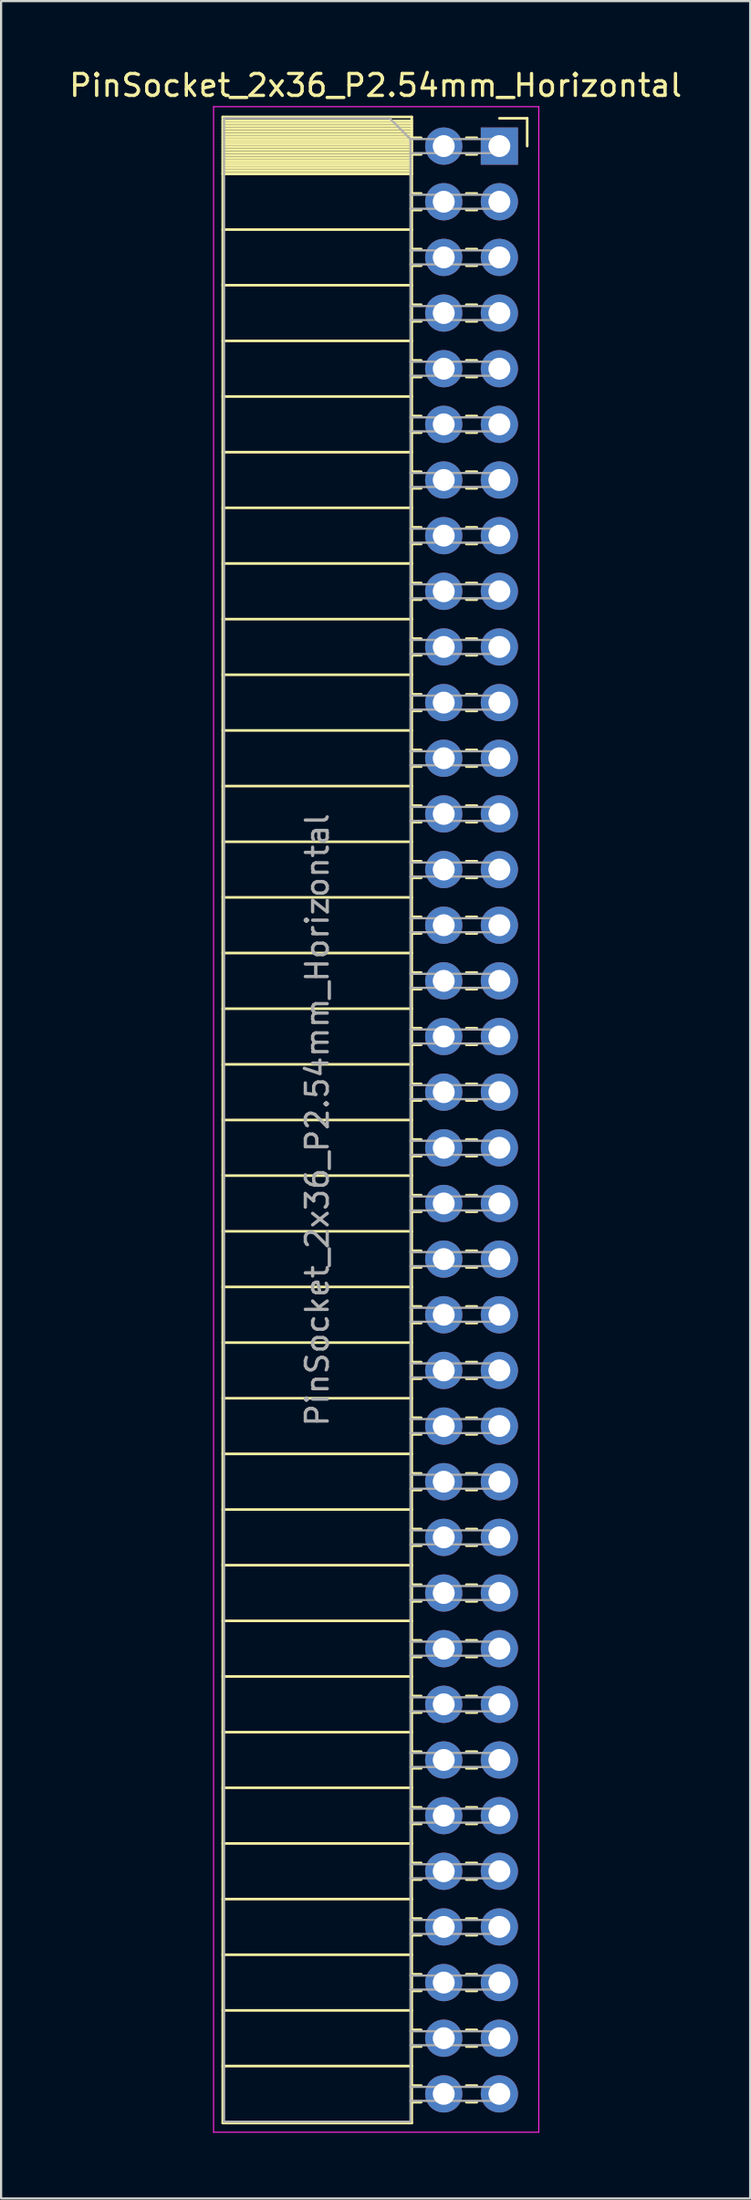
<source format=kicad_pcb>
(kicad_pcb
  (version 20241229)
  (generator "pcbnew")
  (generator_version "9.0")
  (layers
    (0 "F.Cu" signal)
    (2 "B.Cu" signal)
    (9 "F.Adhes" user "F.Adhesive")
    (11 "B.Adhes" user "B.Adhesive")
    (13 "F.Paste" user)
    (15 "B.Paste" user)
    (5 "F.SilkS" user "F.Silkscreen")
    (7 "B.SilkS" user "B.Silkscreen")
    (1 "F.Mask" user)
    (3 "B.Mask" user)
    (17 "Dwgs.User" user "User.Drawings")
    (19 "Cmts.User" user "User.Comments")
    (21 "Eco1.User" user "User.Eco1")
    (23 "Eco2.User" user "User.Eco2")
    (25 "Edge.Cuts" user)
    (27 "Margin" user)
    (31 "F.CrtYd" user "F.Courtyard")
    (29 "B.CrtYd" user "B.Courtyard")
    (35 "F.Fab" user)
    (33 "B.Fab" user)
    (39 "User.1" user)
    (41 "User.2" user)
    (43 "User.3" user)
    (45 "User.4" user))
  (footprint "PinSocket_2x36_P2.54mm_Horizontal"
    (layer "F.Cu")
    (at 19.751 3.618)
    (property "Reference" "PinSocket_2x36_P2.54mm_Horizontal" (at -5.65 -2.77 0) (layer "F.SilkS") (effects (font (size 1 1) (thickness 0.15))))
    (attr through_hole)
    (fp_line (start -12.63 -1.33) (end -4 -1.33) (stroke (width 0.12) (type solid)) (layer "F.SilkS"))
    (fp_line (start -12.63 -1.15) (end -4 -1.15) (stroke (width 0.12) (type solid)) (layer "F.SilkS"))
    (fp_line (start -12.63 -1.03) (end -4 -1.03) (stroke (width 0.12) (type solid)) (layer "F.SilkS"))
    (fp_line (start -12.63 -0.91) (end -4 -0.91) (stroke (width 0.12) (type solid)) (layer "F.SilkS"))
    (fp_line (start -12.63 -0.79) (end -4 -0.79) (stroke (width 0.12) (type solid)) (layer "F.SilkS"))
    (fp_line (start -12.63 -0.67) (end -4 -0.67) (stroke (width 0.12) (type solid)) (layer "F.SilkS"))
    (fp_line (start -12.63 -0.55) (end -4 -0.55) (stroke (width 0.12) (type solid)) (layer "F.SilkS"))
    (fp_line (start -12.63 -0.43) (end -4 -0.43) (stroke (width 0.12) (type solid)) (layer "F.SilkS"))
    (fp_line (start -12.63 -0.31) (end -4 -0.31) (stroke (width 0.12) (type solid)) (layer "F.SilkS"))
    (fp_line (start -12.63 -0.19) (end -4 -0.19) (stroke (width 0.12) (type solid)) (layer "F.SilkS"))
    (fp_line (start -12.63 -0.07) (end -4 -0.07) (stroke (width 0.12) (type solid)) (layer "F.SilkS"))
    (fp_line (start -12.63 0.05) (end -4 0.05) (stroke (width 0.12) (type solid)) (layer "F.SilkS"))
    (fp_line (start -12.63 0.17) (end -4 0.17) (stroke (width 0.12) (type solid)) (layer "F.SilkS"))
    (fp_line (start -12.63 0.29) (end -4 0.29) (stroke (width 0.12) (type solid)) (layer "F.SilkS"))
    (fp_line (start -12.63 0.41) (end -4 0.41) (stroke (width 0.12) (type solid)) (layer "F.SilkS"))
    (fp_line (start -12.63 0.53) (end -4 0.53) (stroke (width 0.12) (type solid)) (layer "F.SilkS"))
    (fp_line (start -12.63 0.65) (end -4 0.65) (stroke (width 0.12) (type solid)) (layer "F.SilkS"))
    (fp_line (start -12.63 0.77) (end -4 0.77) (stroke (width 0.12) (type solid)) (layer "F.SilkS"))
    (fp_line (start -12.63 0.89) (end -4 0.89) (stroke (width 0.12) (type solid)) (layer "F.SilkS"))
    (fp_line (start -12.63 1.01) (end -4 1.01) (stroke (width 0.12) (type solid)) (layer "F.SilkS"))
    (fp_line (start -12.63 1.13) (end -4 1.13) (stroke (width 0.12) (type solid)) (layer "F.SilkS"))
    (fp_line (start -12.63 1.25) (end -4 1.25) (stroke (width 0.12) (type solid)) (layer "F.SilkS"))
    (fp_line (start -12.63 1.27) (end -4 1.27) (stroke (width 0.12) (type solid)) (layer "F.SilkS"))
    (fp_line (start -12.63 3.81) (end -4 3.81) (stroke (width 0.12) (type solid)) (layer "F.SilkS"))
    (fp_line (start -12.63 6.35) (end -4 6.35) (stroke (width 0.12) (type solid)) (layer "F.SilkS"))
    (fp_line (start -12.63 8.89) (end -4 8.89) (stroke (width 0.12) (type solid)) (layer "F.SilkS"))
    (fp_line (start -12.63 11.43) (end -4 11.43) (stroke (width 0.12) (type solid)) (layer "F.SilkS"))
    (fp_line (start -12.63 13.97) (end -4 13.97) (stroke (width 0.12) (type solid)) (layer "F.SilkS"))
    (fp_line (start -12.63 16.51) (end -4 16.51) (stroke (width 0.12) (type solid)) (layer "F.SilkS"))
    (fp_line (start -12.63 19.05) (end -4 19.05) (stroke (width 0.12) (type solid)) (layer "F.SilkS"))
    (fp_line (start -12.63 21.59) (end -4 21.59) (stroke (width 0.12) (type solid)) (layer "F.SilkS"))
    (fp_line (start -12.63 24.13) (end -4 24.13) (stroke (width 0.12) (type solid)) (layer "F.SilkS"))
    (fp_line (start -12.63 26.67) (end -4 26.67) (stroke (width 0.12) (type solid)) (layer "F.SilkS"))
    (fp_line (start -12.63 29.21) (end -4 29.21) (stroke (width 0.12) (type solid)) (layer "F.SilkS"))
    (fp_line (start -12.63 31.75) (end -4 31.75) (stroke (width 0.12) (type solid)) (layer "F.SilkS"))
    (fp_line (start -12.63 34.29) (end -4 34.29) (stroke (width 0.12) (type solid)) (layer "F.SilkS"))
    (fp_line (start -12.63 36.83) (end -4 36.83) (stroke (width 0.12) (type solid)) (layer "F.SilkS"))
    (fp_line (start -12.63 39.37) (end -4 39.37) (stroke (width 0.12) (type solid)) (layer "F.SilkS"))
    (fp_line (start -12.63 41.91) (end -4 41.91) (stroke (width 0.12) (type solid)) (layer "F.SilkS"))
    (fp_line (start -12.63 44.45) (end -4 44.45) (stroke (width 0.12) (type solid)) (layer "F.SilkS"))
    (fp_line (start -12.63 46.99) (end -4 46.99) (stroke (width 0.12) (type solid)) (layer "F.SilkS"))
    (fp_line (start -12.63 49.53) (end -4 49.53) (stroke (width 0.12) (type solid)) (layer "F.SilkS"))
    (fp_line (start -12.63 52.07) (end -4 52.07) (stroke (width 0.12) (type solid)) (layer "F.SilkS"))
    (fp_line (start -12.63 54.61) (end -4 54.61) (stroke (width 0.12) (type solid)) (layer "F.SilkS"))
    (fp_line (start -12.63 57.15) (end -4 57.15) (stroke (width 0.12) (type solid)) (layer "F.SilkS"))
    (fp_line (start -12.63 59.69) (end -4 59.69) (stroke (width 0.12) (type solid)) (layer "F.SilkS"))
    (fp_line (start -12.63 62.23) (end -4 62.23) (stroke (width 0.12) (type solid)) (layer "F.SilkS"))
    (fp_line (start -12.63 64.77) (end -4 64.77) (stroke (width 0.12) (type solid)) (layer "F.SilkS"))
    (fp_line (start -12.63 67.31) (end -4 67.31) (stroke (width 0.12) (type solid)) (layer "F.SilkS"))
    (fp_line (start -12.63 69.85) (end -4 69.85) (stroke (width 0.12) (type solid)) (layer "F.SilkS"))
    (fp_line (start -12.63 72.39) (end -4 72.39) (stroke (width 0.12) (type solid)) (layer "F.SilkS"))
    (fp_line (start -12.63 74.93) (end -4 74.93) (stroke (width 0.12) (type solid)) (layer "F.SilkS"))
    (fp_line (start -12.63 77.47) (end -4 77.47) (stroke (width 0.12) (type solid)) (layer "F.SilkS"))
    (fp_line (start -12.63 80.01) (end -4 80.01) (stroke (width 0.12) (type solid)) (layer "F.SilkS"))
    (fp_line (start -12.63 82.55) (end -4 82.55) (stroke (width 0.12) (type solid)) (layer "F.SilkS"))
    (fp_line (start -12.63 85.09) (end -4 85.09) (stroke (width 0.12) (type solid)) (layer "F.SilkS"))
    (fp_line (start -12.63 87.63) (end -4 87.63) (stroke (width 0.12) (type solid)) (layer "F.SilkS"))
    (fp_line (start -12.63 90.23) (end -12.63 -1.33) (stroke (width 0.12) (type solid)) (layer "F.SilkS"))
    (fp_line (start -4 -1.33) (end -4 90.23) (stroke (width 0.12) (type solid)) (layer "F.SilkS"))
    (fp_line (start -4 -0.38) (end -3.57 -0.38) (stroke (width 0.12) (type solid)) (layer "F.SilkS"))
    (fp_line (start -4 2.16) (end -3.57 2.16) (stroke (width 0.12) (type solid)) (layer "F.SilkS"))
    (fp_line (start -4 4.7) (end -3.57 4.7) (stroke (width 0.12) (type solid)) (layer "F.SilkS"))
    (fp_line (start -4 7.24) (end -3.57 7.24) (stroke (width 0.12) (type solid)) (layer "F.SilkS"))
    (fp_line (start -4 9.78) (end -3.57 9.78) (stroke (width 0.12) (type solid)) (layer "F.SilkS"))
    (fp_line (start -4 12.32) (end -3.57 12.32) (stroke (width 0.12) (type solid)) (layer "F.SilkS"))
    (fp_line (start -4 14.86) (end -3.57 14.86) (stroke (width 0.12) (type solid)) (layer "F.SilkS"))
    (fp_line (start -4 17.4) (end -3.57 17.4) (stroke (width 0.12) (type solid)) (layer "F.SilkS"))
    (fp_line (start -4 19.94) (end -3.57 19.94) (stroke (width 0.12) (type solid)) (layer "F.SilkS"))
    (fp_line (start -4 22.48) (end -3.57 22.48) (stroke (width 0.12) (type solid)) (layer "F.SilkS"))
    (fp_line (start -4 25.02) (end -3.57 25.02) (stroke (width 0.12) (type solid)) (layer "F.SilkS"))
    (fp_line (start -4 27.56) (end -3.57 27.56) (stroke (width 0.12) (type solid)) (layer "F.SilkS"))
    (fp_line (start -4 30.1) (end -3.57 30.1) (stroke (width 0.12) (type solid)) (layer "F.SilkS"))
    (fp_line (start -4 32.64) (end -3.57 32.64) (stroke (width 0.12) (type solid)) (layer "F.SilkS"))
    (fp_line (start -4 35.18) (end -3.57 35.18) (stroke (width 0.12) (type solid)) (layer "F.SilkS"))
    (fp_line (start -4 37.72) (end -3.57 37.72) (stroke (width 0.12) (type solid)) (layer "F.SilkS"))
    (fp_line (start -4 40.26) (end -3.57 40.26) (stroke (width 0.12) (type solid)) (layer "F.SilkS"))
    (fp_line (start -4 42.8) (end -3.57 42.8) (stroke (width 0.12) (type solid)) (layer "F.SilkS"))
    (fp_line (start -4 45.34) (end -3.57 45.34) (stroke (width 0.12) (type solid)) (layer "F.SilkS"))
    (fp_line (start -4 47.88) (end -3.57 47.88) (stroke (width 0.12) (type solid)) (layer "F.SilkS"))
    (fp_line (start -4 50.42) (end -3.57 50.42) (stroke (width 0.12) (type solid)) (layer "F.SilkS"))
    (fp_line (start -4 52.96) (end -3.57 52.96) (stroke (width 0.12) (type solid)) (layer "F.SilkS"))
    (fp_line (start -4 55.5) (end -3.57 55.5) (stroke (width 0.12) (type solid)) (layer "F.SilkS"))
    (fp_line (start -4 58.04) (end -3.57 58.04) (stroke (width 0.12) (type solid)) (layer "F.SilkS"))
    (fp_line (start -4 60.58) (end -3.57 60.58) (stroke (width 0.12) (type solid)) (layer "F.SilkS"))
    (fp_line (start -4 63.12) (end -3.57 63.12) (stroke (width 0.12) (type solid)) (layer "F.SilkS"))
    (fp_line (start -4 65.66) (end -3.57 65.66) (stroke (width 0.12) (type solid)) (layer "F.SilkS"))
    (fp_line (start -4 68.2) (end -3.57 68.2) (stroke (width 0.12) (type solid)) (layer "F.SilkS"))
    (fp_line (start -4 70.74) (end -3.57 70.74) (stroke (width 0.12) (type solid)) (layer "F.SilkS"))
    (fp_line (start -4 73.28) (end -3.57 73.28) (stroke (width 0.12) (type solid)) (layer "F.SilkS"))
    (fp_line (start -4 75.82) (end -3.57 75.82) (stroke (width 0.12) (type solid)) (layer "F.SilkS"))
    (fp_line (start -4 78.36) (end -3.57 78.36) (stroke (width 0.12) (type solid)) (layer "F.SilkS"))
    (fp_line (start -4 80.9) (end -3.57 80.9) (stroke (width 0.12) (type solid)) (layer "F.SilkS"))
    (fp_line (start -4 83.44) (end -3.57 83.44) (stroke (width 0.12) (type solid)) (layer "F.SilkS"))
    (fp_line (start -4 85.98) (end -3.57 85.98) (stroke (width 0.12) (type solid)) (layer "F.SilkS"))
    (fp_line (start -4 88.52) (end -3.57 88.52) (stroke (width 0.12) (type solid)) (layer "F.SilkS"))
    (fp_line (start -4 90.23) (end -12.63 90.23) (stroke (width 0.12) (type solid)) (layer "F.SilkS"))
    (fp_line (start -3.57 0.38) (end -4 0.38) (stroke (width 0.12) (type solid)) (layer "F.SilkS"))
    (fp_line (start -3.57 2.92) (end -4 2.92) (stroke (width 0.12) (type solid)) (layer "F.SilkS"))
    (fp_line (start -3.57 5.46) (end -4 5.46) (stroke (width 0.12) (type solid)) (layer "F.SilkS"))
    (fp_line (start -3.57 8) (end -4 8) (stroke (width 0.12) (type solid)) (layer "F.SilkS"))
    (fp_line (start -3.57 10.54) (end -4 10.54) (stroke (width 0.12) (type solid)) (layer "F.SilkS"))
    (fp_line (start -3.57 13.08) (end -4 13.08) (stroke (width 0.12) (type solid)) (layer "F.SilkS"))
    (fp_line (start -3.57 15.62) (end -4 15.62) (stroke (width 0.12) (type solid)) (layer "F.SilkS"))
    (fp_line (start -3.57 18.16) (end -4 18.16) (stroke (width 0.12) (type solid)) (layer "F.SilkS"))
    (fp_line (start -3.57 20.7) (end -4 20.7) (stroke (width 0.12) (type solid)) (layer "F.SilkS"))
    (fp_line (start -3.57 23.24) (end -4 23.24) (stroke (width 0.12) (type solid)) (layer "F.SilkS"))
    (fp_line (start -3.57 25.78) (end -4 25.78) (stroke (width 0.12) (type solid)) (layer "F.SilkS"))
    (fp_line (start -3.57 28.32) (end -4 28.32) (stroke (width 0.12) (type solid)) (layer "F.SilkS"))
    (fp_line (start -3.57 30.86) (end -4 30.86) (stroke (width 0.12) (type solid)) (layer "F.SilkS"))
    (fp_line (start -3.57 33.4) (end -4 33.4) (stroke (width 0.12) (type solid)) (layer "F.SilkS"))
    (fp_line (start -3.57 35.94) (end -4 35.94) (stroke (width 0.12) (type solid)) (layer "F.SilkS"))
    (fp_line (start -3.57 38.48) (end -4 38.48) (stroke (width 0.12) (type solid)) (layer "F.SilkS"))
    (fp_line (start -3.57 41.02) (end -4 41.02) (stroke (width 0.12) (type solid)) (layer "F.SilkS"))
    (fp_line (start -3.57 43.56) (end -4 43.56) (stroke (width 0.12) (type solid)) (layer "F.SilkS"))
    (fp_line (start -3.57 46.1) (end -4 46.1) (stroke (width 0.12) (type solid)) (layer "F.SilkS"))
    (fp_line (start -3.57 48.64) (end -4 48.64) (stroke (width 0.12) (type solid)) (layer "F.SilkS"))
    (fp_line (start -3.57 51.18) (end -4 51.18) (stroke (width 0.12) (type solid)) (layer "F.SilkS"))
    (fp_line (start -3.57 53.72) (end -4 53.72) (stroke (width 0.12) (type solid)) (layer "F.SilkS"))
    (fp_line (start -3.57 56.26) (end -4 56.26) (stroke (width 0.12) (type solid)) (layer "F.SilkS"))
    (fp_line (start -3.57 58.8) (end -4 58.8) (stroke (width 0.12) (type solid)) (layer "F.SilkS"))
    (fp_line (start -3.57 61.34) (end -4 61.34) (stroke (width 0.12) (type solid)) (layer "F.SilkS"))
    (fp_line (start -3.57 63.88) (end -4 63.88) (stroke (width 0.12) (type solid)) (layer "F.SilkS"))
    (fp_line (start -3.57 66.42) (end -4 66.42) (stroke (width 0.12) (type solid)) (layer "F.SilkS"))
    (fp_line (start -3.57 68.96) (end -4 68.96) (stroke (width 0.12) (type solid)) (layer "F.SilkS"))
    (fp_line (start -3.57 71.5) (end -4 71.5) (stroke (width 0.12) (type solid)) (layer "F.SilkS"))
    (fp_line (start -3.57 74.04) (end -4 74.04) (stroke (width 0.12) (type solid)) (layer "F.SilkS"))
    (fp_line (start -3.57 76.58) (end -4 76.58) (stroke (width 0.12) (type solid)) (layer "F.SilkS"))
    (fp_line (start -3.57 79.12) (end -4 79.12) (stroke (width 0.12) (type solid)) (layer "F.SilkS"))
    (fp_line (start -3.57 81.66) (end -4 81.66) (stroke (width 0.12) (type solid)) (layer "F.SilkS"))
    (fp_line (start -3.57 84.2) (end -4 84.2) (stroke (width 0.12) (type solid)) (layer "F.SilkS"))
    (fp_line (start -3.57 86.74) (end -4 86.74) (stroke (width 0.12) (type solid)) (layer "F.SilkS"))
    (fp_line (start -3.57 89.28) (end -4 89.28) (stroke (width 0.12) (type solid)) (layer "F.SilkS"))
    (fp_line (start -1.51 0.38) (end -1.03 0.38) (stroke (width 0.12) (type solid)) (layer "F.SilkS"))
    (fp_line (start -1.51 2.92) (end -1.03 2.92) (stroke (width 0.12) (type solid)) (layer "F.SilkS"))
    (fp_line (start -1.51 5.46) (end -1.03 5.46) (stroke (width 0.12) (type solid)) (layer "F.SilkS"))
    (fp_line (start -1.51 8) (end -1.03 8) (stroke (width 0.12) (type solid)) (layer "F.SilkS"))
    (fp_line (start -1.51 10.54) (end -1.03 10.54) (stroke (width 0.12) (type solid)) (layer "F.SilkS"))
    (fp_line (start -1.51 13.08) (end -1.03 13.08) (stroke (width 0.12) (type solid)) (layer "F.SilkS"))
    (fp_line (start -1.51 15.62) (end -1.03 15.62) (stroke (width 0.12) (type solid)) (layer "F.SilkS"))
    (fp_line (start -1.51 18.16) (end -1.03 18.16) (stroke (width 0.12) (type solid)) (layer "F.SilkS"))
    (fp_line (start -1.51 20.7) (end -1.03 20.7) (stroke (width 0.12) (type solid)) (layer "F.SilkS"))
    (fp_line (start -1.51 23.24) (end -1.03 23.24) (stroke (width 0.12) (type solid)) (layer "F.SilkS"))
    (fp_line (start -1.51 25.78) (end -1.03 25.78) (stroke (width 0.12) (type solid)) (layer "F.SilkS"))
    (fp_line (start -1.51 28.32) (end -1.03 28.32) (stroke (width 0.12) (type solid)) (layer "F.SilkS"))
    (fp_line (start -1.51 30.86) (end -1.03 30.86) (stroke (width 0.12) (type solid)) (layer "F.SilkS"))
    (fp_line (start -1.51 33.4) (end -1.03 33.4) (stroke (width 0.12) (type solid)) (layer "F.SilkS"))
    (fp_line (start -1.51 35.94) (end -1.03 35.94) (stroke (width 0.12) (type solid)) (layer "F.SilkS"))
    (fp_line (start -1.51 38.48) (end -1.03 38.48) (stroke (width 0.12) (type solid)) (layer "F.SilkS"))
    (fp_line (start -1.51 41.02) (end -1.03 41.02) (stroke (width 0.12) (type solid)) (layer "F.SilkS"))
    (fp_line (start -1.51 43.56) (end -1.03 43.56) (stroke (width 0.12) (type solid)) (layer "F.SilkS"))
    (fp_line (start -1.51 46.1) (end -1.03 46.1) (stroke (width 0.12) (type solid)) (layer "F.SilkS"))
    (fp_line (start -1.51 48.64) (end -1.03 48.64) (stroke (width 0.12) (type solid)) (layer "F.SilkS"))
    (fp_line (start -1.51 51.18) (end -1.03 51.18) (stroke (width 0.12) (type solid)) (layer "F.SilkS"))
    (fp_line (start -1.51 53.72) (end -1.03 53.72) (stroke (width 0.12) (type solid)) (layer "F.SilkS"))
    (fp_line (start -1.51 56.26) (end -1.03 56.26) (stroke (width 0.12) (type solid)) (layer "F.SilkS"))
    (fp_line (start -1.51 58.8) (end -1.03 58.8) (stroke (width 0.12) (type solid)) (layer "F.SilkS"))
    (fp_line (start -1.51 61.34) (end -1.03 61.34) (stroke (width 0.12) (type solid)) (layer "F.SilkS"))
    (fp_line (start -1.51 63.88) (end -1.03 63.88) (stroke (width 0.12) (type solid)) (layer "F.SilkS"))
    (fp_line (start -1.51 66.42) (end -1.03 66.42) (stroke (width 0.12) (type solid)) (layer "F.SilkS"))
    (fp_line (start -1.51 68.96) (end -1.03 68.96) (stroke (width 0.12) (type solid)) (layer "F.SilkS"))
    (fp_line (start -1.51 71.5) (end -1.03 71.5) (stroke (width 0.12) (type solid)) (layer "F.SilkS"))
    (fp_line (start -1.51 74.04) (end -1.03 74.04) (stroke (width 0.12) (type solid)) (layer "F.SilkS"))
    (fp_line (start -1.51 76.58) (end -1.03 76.58) (stroke (width 0.12) (type solid)) (layer "F.SilkS"))
    (fp_line (start -1.51 79.12) (end -1.03 79.12) (stroke (width 0.12) (type solid)) (layer "F.SilkS"))
    (fp_line (start -1.51 81.66) (end -1.03 81.66) (stroke (width 0.12) (type solid)) (layer "F.SilkS"))
    (fp_line (start -1.51 84.2) (end -1.03 84.2) (stroke (width 0.12) (type solid)) (layer "F.SilkS"))
    (fp_line (start -1.51 86.74) (end -1.03 86.74) (stroke (width 0.12) (type solid)) (layer "F.SilkS"))
    (fp_line (start -1.51 89.28) (end -1.03 89.28) (stroke (width 0.12) (type solid)) (layer "F.SilkS"))
    (fp_line (start -1.03 -0.38) (end -1.51 -0.38) (stroke (width 0.12) (type solid)) (layer "F.SilkS"))
    (fp_line (start -1.03 2.16) (end -1.51 2.16) (stroke (width 0.12) (type solid)) (layer "F.SilkS"))
    (fp_line (start -1.03 4.7) (end -1.51 4.7) (stroke (width 0.12) (type solid)) (layer "F.SilkS"))
    (fp_line (start -1.03 7.24) (end -1.51 7.24) (stroke (width 0.12) (type solid)) (layer "F.SilkS"))
    (fp_line (start -1.03 9.78) (end -1.51 9.78) (stroke (width 0.12) (type solid)) (layer "F.SilkS"))
    (fp_line (start -1.03 12.32) (end -1.51 12.32) (stroke (width 0.12) (type solid)) (layer "F.SilkS"))
    (fp_line (start -1.03 14.86) (end -1.51 14.86) (stroke (width 0.12) (type solid)) (layer "F.SilkS"))
    (fp_line (start -1.03 17.4) (end -1.51 17.4) (stroke (width 0.12) (type solid)) (layer "F.SilkS"))
    (fp_line (start -1.03 19.94) (end -1.51 19.94) (stroke (width 0.12) (type solid)) (layer "F.SilkS"))
    (fp_line (start -1.03 22.48) (end -1.51 22.48) (stroke (width 0.12) (type solid)) (layer "F.SilkS"))
    (fp_line (start -1.03 25.02) (end -1.51 25.02) (stroke (width 0.12) (type solid)) (layer "F.SilkS"))
    (fp_line (start -1.03 27.56) (end -1.51 27.56) (stroke (width 0.12) (type solid)) (layer "F.SilkS"))
    (fp_line (start -1.03 30.1) (end -1.51 30.1) (stroke (width 0.12) (type solid)) (layer "F.SilkS"))
    (fp_line (start -1.03 32.64) (end -1.51 32.64) (stroke (width 0.12) (type solid)) (layer "F.SilkS"))
    (fp_line (start -1.03 35.18) (end -1.51 35.18) (stroke (width 0.12) (type solid)) (layer "F.SilkS"))
    (fp_line (start -1.03 37.72) (end -1.51 37.72) (stroke (width 0.12) (type solid)) (layer "F.SilkS"))
    (fp_line (start -1.03 40.26) (end -1.51 40.26) (stroke (width 0.12) (type solid)) (layer "F.SilkS"))
    (fp_line (start -1.03 42.8) (end -1.51 42.8) (stroke (width 0.12) (type solid)) (layer "F.SilkS"))
    (fp_line (start -1.03 45.34) (end -1.51 45.34) (stroke (width 0.12) (type solid)) (layer "F.SilkS"))
    (fp_line (start -1.03 47.88) (end -1.51 47.88) (stroke (width 0.12) (type solid)) (layer "F.SilkS"))
    (fp_line (start -1.03 50.42) (end -1.51 50.42) (stroke (width 0.12) (type solid)) (layer "F.SilkS"))
    (fp_line (start -1.03 52.96) (end -1.51 52.96) (stroke (width 0.12) (type solid)) (layer "F.SilkS"))
    (fp_line (start -1.03 55.5) (end -1.51 55.5) (stroke (width 0.12) (type solid)) (layer "F.SilkS"))
    (fp_line (start -1.03 58.04) (end -1.51 58.04) (stroke (width 0.12) (type solid)) (layer "F.SilkS"))
    (fp_line (start -1.03 60.58) (end -1.51 60.58) (stroke (width 0.12) (type solid)) (layer "F.SilkS"))
    (fp_line (start -1.03 63.12) (end -1.51 63.12) (stroke (width 0.12) (type solid)) (layer "F.SilkS"))
    (fp_line (start -1.03 65.66) (end -1.51 65.66) (stroke (width 0.12) (type solid)) (layer "F.SilkS"))
    (fp_line (start -1.03 68.2) (end -1.51 68.2) (stroke (width 0.12) (type solid)) (layer "F.SilkS"))
    (fp_line (start -1.03 70.74) (end -1.51 70.74) (stroke (width 0.12) (type solid)) (layer "F.SilkS"))
    (fp_line (start -1.03 73.28) (end -1.51 73.28) (stroke (width 0.12) (type solid)) (layer "F.SilkS"))
    (fp_line (start -1.03 75.82) (end -1.51 75.82) (stroke (width 0.12) (type solid)) (layer "F.SilkS"))
    (fp_line (start -1.03 78.36) (end -1.51 78.36) (stroke (width 0.12) (type solid)) (layer "F.SilkS"))
    (fp_line (start -1.03 80.9) (end -1.51 80.9) (stroke (width 0.12) (type solid)) (layer "F.SilkS"))
    (fp_line (start -1.03 83.44) (end -1.51 83.44) (stroke (width 0.12) (type solid)) (layer "F.SilkS"))
    (fp_line (start -1.03 85.98) (end -1.51 85.98) (stroke (width 0.12) (type solid)) (layer "F.SilkS"))
    (fp_line (start -1.03 88.52) (end -1.51 88.52) (stroke (width 0.12) (type solid)) (layer "F.SilkS"))
    (fp_line (start 0 -1.27) (end 1.27 -1.27) (stroke (width 0.12) (type solid)) (layer "F.SilkS"))
    (fp_line (start 1.27 -1.27) (end 1.27 0) (stroke (width 0.12) (type solid)) (layer "F.SilkS"))
    (fp_line (start -13.05 -1.8) (end -13.05 90.65) (stroke (width 0.05) (type solid)) (layer "F.CrtYd"))
    (fp_line (start -13.05 90.65) (end 1.8 90.65) (stroke (width 0.05) (type solid)) (layer "F.CrtYd"))
    (fp_line (start 1.8 -1.8) (end -13.05 -1.8) (stroke (width 0.05) (type solid)) (layer "F.CrtYd"))
    (fp_line (start 1.8 90.65) (end 1.8 -1.8) (stroke (width 0.05) (type solid)) (layer "F.CrtYd"))
    (fp_line (start -12.57 -1.27) (end -5.01 -1.27) (stroke (width 0.1) (type solid)) (layer "F.Fab"))
    (fp_line (start -12.57 90.17) (end -12.57 -1.27) (stroke (width 0.1) (type solid)) (layer "F.Fab"))
    (fp_line (start -5.01 -1.27) (end -4.06 -0.32) (stroke (width 0.1) (type solid)) (layer "F.Fab"))
    (fp_line (start -4.06 -0.32) (end -4.06 90.17) (stroke (width 0.1) (type solid)) (layer "F.Fab"))
    (fp_line (start -4.06 0.32) (end 0 0.32) (stroke (width 0.1) (type solid)) (layer "F.Fab"))
    (fp_line (start -4.06 2.86) (end 0 2.86) (stroke (width 0.1) (type solid)) (layer "F.Fab"))
    (fp_line (start -4.06 5.4) (end 0 5.4) (stroke (width 0.1) (type solid)) (layer "F.Fab"))
    (fp_line (start -4.06 7.94) (end 0 7.94) (stroke (width 0.1) (type solid)) (layer "F.Fab"))
    (fp_line (start -4.06 10.48) (end 0 10.48) (stroke (width 0.1) (type solid)) (layer "F.Fab"))
    (fp_line (start -4.06 13.02) (end 0 13.02) (stroke (width 0.1) (type solid)) (layer "F.Fab"))
    (fp_line (start -4.06 15.56) (end 0 15.56) (stroke (width 0.1) (type solid)) (layer "F.Fab"))
    (fp_line (start -4.06 18.1) (end 0 18.1) (stroke (width 0.1) (type solid)) (layer "F.Fab"))
    (fp_line (start -4.06 20.64) (end 0 20.64) (stroke (width 0.1) (type solid)) (layer "F.Fab"))
    (fp_line (start -4.06 23.18) (end 0 23.18) (stroke (width 0.1) (type solid)) (layer "F.Fab"))
    (fp_line (start -4.06 25.72) (end 0 25.72) (stroke (width 0.1) (type solid)) (layer "F.Fab"))
    (fp_line (start -4.06 28.26) (end 0 28.26) (stroke (width 0.1) (type solid)) (layer "F.Fab"))
    (fp_line (start -4.06 30.8) (end 0 30.8) (stroke (width 0.1) (type solid)) (layer "F.Fab"))
    (fp_line (start -4.06 33.34) (end 0 33.34) (stroke (width 0.1) (type solid)) (layer "F.Fab"))
    (fp_line (start -4.06 35.88) (end 0 35.88) (stroke (width 0.1) (type solid)) (layer "F.Fab"))
    (fp_line (start -4.06 38.42) (end 0 38.42) (stroke (width 0.1) (type solid)) (layer "F.Fab"))
    (fp_line (start -4.06 40.96) (end 0 40.96) (stroke (width 0.1) (type solid)) (layer "F.Fab"))
    (fp_line (start -4.06 43.5) (end 0 43.5) (stroke (width 0.1) (type solid)) (layer "F.Fab"))
    (fp_line (start -4.06 46.04) (end 0 46.04) (stroke (width 0.1) (type solid)) (layer "F.Fab"))
    (fp_line (start -4.06 48.58) (end 0 48.58) (stroke (width 0.1) (type solid)) (layer "F.Fab"))
    (fp_line (start -4.06 51.12) (end 0 51.12) (stroke (width 0.1) (type solid)) (layer "F.Fab"))
    (fp_line (start -4.06 53.66) (end 0 53.66) (stroke (width 0.1) (type solid)) (layer "F.Fab"))
    (fp_line (start -4.06 56.2) (end 0 56.2) (stroke (width 0.1) (type solid)) (layer "F.Fab"))
    (fp_line (start -4.06 58.74) (end 0 58.74) (stroke (width 0.1) (type solid)) (layer "F.Fab"))
    (fp_line (start -4.06 61.28) (end 0 61.28) (stroke (width 0.1) (type solid)) (layer "F.Fab"))
    (fp_line (start -4.06 63.82) (end 0 63.82) (stroke (width 0.1) (type solid)) (layer "F.Fab"))
    (fp_line (start -4.06 66.36) (end 0 66.36) (stroke (width 0.1) (type solid)) (layer "F.Fab"))
    (fp_line (start -4.06 68.9) (end 0 68.9) (stroke (width 0.1) (type solid)) (layer "F.Fab"))
    (fp_line (start -4.06 71.44) (end 0 71.44) (stroke (width 0.1) (type solid)) (layer "F.Fab"))
    (fp_line (start -4.06 73.98) (end 0 73.98) (stroke (width 0.1) (type solid)) (layer "F.Fab"))
    (fp_line (start -4.06 76.52) (end 0 76.52) (stroke (width 0.1) (type solid)) (layer "F.Fab"))
    (fp_line (start -4.06 79.06) (end 0 79.06) (stroke (width 0.1) (type solid)) (layer "F.Fab"))
    (fp_line (start -4.06 81.6) (end 0 81.6) (stroke (width 0.1) (type solid)) (layer "F.Fab"))
    (fp_line (start -4.06 84.14) (end 0 84.14) (stroke (width 0.1) (type solid)) (layer "F.Fab"))
    (fp_line (start -4.06 86.68) (end 0 86.68) (stroke (width 0.1) (type solid)) (layer "F.Fab"))
    (fp_line (start -4.06 89.22) (end 0 89.22) (stroke (width 0.1) (type solid)) (layer "F.Fab"))
    (fp_line (start -4.06 90.17) (end -12.57 90.17) (stroke (width 0.1) (type solid)) (layer "F.Fab"))
    (fp_line (start 0 -0.32) (end -4.06 -0.32) (stroke (width 0.1) (type solid)) (layer "F.Fab"))
    (fp_line (start 0 0.32) (end 0 -0.32) (stroke (width 0.1) (type solid)) (layer "F.Fab"))
    (fp_line (start 0 2.22) (end -4.06 2.22) (stroke (width 0.1) (type solid)) (layer "F.Fab"))
    (fp_line (start 0 2.86) (end 0 2.22) (stroke (width 0.1) (type solid)) (layer "F.Fab"))
    (fp_line (start 0 4.76) (end -4.06 4.76) (stroke (width 0.1) (type solid)) (layer "F.Fab"))
    (fp_line (start 0 5.4) (end 0 4.76) (stroke (width 0.1) (type solid)) (layer "F.Fab"))
    (fp_line (start 0 7.3) (end -4.06 7.3) (stroke (width 0.1) (type solid)) (layer "F.Fab"))
    (fp_line (start 0 7.94) (end 0 7.3) (stroke (width 0.1) (type solid)) (layer "F.Fab"))
    (fp_line (start 0 9.84) (end -4.06 9.84) (stroke (width 0.1) (type solid)) (layer "F.Fab"))
    (fp_line (start 0 10.48) (end 0 9.84) (stroke (width 0.1) (type solid)) (layer "F.Fab"))
    (fp_line (start 0 12.38) (end -4.06 12.38) (stroke (width 0.1) (type solid)) (layer "F.Fab"))
    (fp_line (start 0 13.02) (end 0 12.38) (stroke (width 0.1) (type solid)) (layer "F.Fab"))
    (fp_line (start 0 14.92) (end -4.06 14.92) (stroke (width 0.1) (type solid)) (layer "F.Fab"))
    (fp_line (start 0 15.56) (end 0 14.92) (stroke (width 0.1) (type solid)) (layer "F.Fab"))
    (fp_line (start 0 17.46) (end -4.06 17.46) (stroke (width 0.1) (type solid)) (layer "F.Fab"))
    (fp_line (start 0 18.1) (end 0 17.46) (stroke (width 0.1) (type solid)) (layer "F.Fab"))
    (fp_line (start 0 20) (end -4.06 20) (stroke (width 0.1) (type solid)) (layer "F.Fab"))
    (fp_line (start 0 20.64) (end 0 20) (stroke (width 0.1) (type solid)) (layer "F.Fab"))
    (fp_line (start 0 22.54) (end -4.06 22.54) (stroke (width 0.1) (type solid)) (layer "F.Fab"))
    (fp_line (start 0 23.18) (end 0 22.54) (stroke (width 0.1) (type solid)) (layer "F.Fab"))
    (fp_line (start 0 25.08) (end -4.06 25.08) (stroke (width 0.1) (type solid)) (layer "F.Fab"))
    (fp_line (start 0 25.72) (end 0 25.08) (stroke (width 0.1) (type solid)) (layer "F.Fab"))
    (fp_line (start 0 27.62) (end -4.06 27.62) (stroke (width 0.1) (type solid)) (layer "F.Fab"))
    (fp_line (start 0 28.26) (end 0 27.62) (stroke (width 0.1) (type solid)) (layer "F.Fab"))
    (fp_line (start 0 30.16) (end -4.06 30.16) (stroke (width 0.1) (type solid)) (layer "F.Fab"))
    (fp_line (start 0 30.8) (end 0 30.16) (stroke (width 0.1) (type solid)) (layer "F.Fab"))
    (fp_line (start 0 32.7) (end -4.06 32.7) (stroke (width 0.1) (type solid)) (layer "F.Fab"))
    (fp_line (start 0 33.34) (end 0 32.7) (stroke (width 0.1) (type solid)) (layer "F.Fab"))
    (fp_line (start 0 35.24) (end -4.06 35.24) (stroke (width 0.1) (type solid)) (layer "F.Fab"))
    (fp_line (start 0 35.88) (end 0 35.24) (stroke (width 0.1) (type solid)) (layer "F.Fab"))
    (fp_line (start 0 37.78) (end -4.06 37.78) (stroke (width 0.1) (type solid)) (layer "F.Fab"))
    (fp_line (start 0 38.42) (end 0 37.78) (stroke (width 0.1) (type solid)) (layer "F.Fab"))
    (fp_line (start 0 40.32) (end -4.06 40.32) (stroke (width 0.1) (type solid)) (layer "F.Fab"))
    (fp_line (start 0 40.96) (end 0 40.32) (stroke (width 0.1) (type solid)) (layer "F.Fab"))
    (fp_line (start 0 42.86) (end -4.06 42.86) (stroke (width 0.1) (type solid)) (layer "F.Fab"))
    (fp_line (start 0 43.5) (end 0 42.86) (stroke (width 0.1) (type solid)) (layer "F.Fab"))
    (fp_line (start 0 45.4) (end -4.06 45.4) (stroke (width 0.1) (type solid)) (layer "F.Fab"))
    (fp_line (start 0 46.04) (end 0 45.4) (stroke (width 0.1) (type solid)) (layer "F.Fab"))
    (fp_line (start 0 47.94) (end -4.06 47.94) (stroke (width 0.1) (type solid)) (layer "F.Fab"))
    (fp_line (start 0 48.58) (end 0 47.94) (stroke (width 0.1) (type solid)) (layer "F.Fab"))
    (fp_line (start 0 50.48) (end -4.06 50.48) (stroke (width 0.1) (type solid)) (layer "F.Fab"))
    (fp_line (start 0 51.12) (end 0 50.48) (stroke (width 0.1) (type solid)) (layer "F.Fab"))
    (fp_line (start 0 53.02) (end -4.06 53.02) (stroke (width 0.1) (type solid)) (layer "F.Fab"))
    (fp_line (start 0 53.66) (end 0 53.02) (stroke (width 0.1) (type solid)) (layer "F.Fab"))
    (fp_line (start 0 55.56) (end -4.06 55.56) (stroke (width 0.1) (type solid)) (layer "F.Fab"))
    (fp_line (start 0 56.2) (end 0 55.56) (stroke (width 0.1) (type solid)) (layer "F.Fab"))
    (fp_line (start 0 58.1) (end -4.06 58.1) (stroke (width 0.1) (type solid)) (layer "F.Fab"))
    (fp_line (start 0 58.74) (end 0 58.1) (stroke (width 0.1) (type solid)) (layer "F.Fab"))
    (fp_line (start 0 60.64) (end -4.06 60.64) (stroke (width 0.1) (type solid)) (layer "F.Fab"))
    (fp_line (start 0 61.28) (end 0 60.64) (stroke (width 0.1) (type solid)) (layer "F.Fab"))
    (fp_line (start 0 63.18) (end -4.06 63.18) (stroke (width 0.1) (type solid)) (layer "F.Fab"))
    (fp_line (start 0 63.82) (end 0 63.18) (stroke (width 0.1) (type solid)) (layer "F.Fab"))
    (fp_line (start 0 65.72) (end -4.06 65.72) (stroke (width 0.1) (type solid)) (layer "F.Fab"))
    (fp_line (start 0 66.36) (end 0 65.72) (stroke (width 0.1) (type solid)) (layer "F.Fab"))
    (fp_line (start 0 68.26) (end -4.06 68.26) (stroke (width 0.1) (type solid)) (layer "F.Fab"))
    (fp_line (start 0 68.9) (end 0 68.26) (stroke (width 0.1) (type solid)) (layer "F.Fab"))
    (fp_line (start 0 70.8) (end -4.06 70.8) (stroke (width 0.1) (type solid)) (layer "F.Fab"))
    (fp_line (start 0 71.44) (end 0 70.8) (stroke (width 0.1) (type solid)) (layer "F.Fab"))
    (fp_line (start 0 73.34) (end -4.06 73.34) (stroke (width 0.1) (type solid)) (layer "F.Fab"))
    (fp_line (start 0 73.98) (end 0 73.34) (stroke (width 0.1) (type solid)) (layer "F.Fab"))
    (fp_line (start 0 75.88) (end -4.06 75.88) (stroke (width 0.1) (type solid)) (layer "F.Fab"))
    (fp_line (start 0 76.52) (end 0 75.88) (stroke (width 0.1) (type solid)) (layer "F.Fab"))
    (fp_line (start 0 78.42) (end -4.06 78.42) (stroke (width 0.1) (type solid)) (layer "F.Fab"))
    (fp_line (start 0 79.06) (end 0 78.42) (stroke (width 0.1) (type solid)) (layer "F.Fab"))
    (fp_line (start 0 80.96) (end -4.06 80.96) (stroke (width 0.1) (type solid)) (layer "F.Fab"))
    (fp_line (start 0 81.6) (end 0 80.96) (stroke (width 0.1) (type solid)) (layer "F.Fab"))
    (fp_line (start 0 83.5) (end -4.06 83.5) (stroke (width 0.1) (type solid)) (layer "F.Fab"))
    (fp_line (start 0 84.14) (end 0 83.5) (stroke (width 0.1) (type solid)) (layer "F.Fab"))
    (fp_line (start 0 86.04) (end -4.06 86.04) (stroke (width 0.1) (type solid)) (layer "F.Fab"))
    (fp_line (start 0 86.68) (end 0 86.04) (stroke (width 0.1) (type solid)) (layer "F.Fab"))
    (fp_line (start 0 88.58) (end -4.06 88.58) (stroke (width 0.1) (type solid)) (layer "F.Fab"))
    (fp_line (start 0 89.22) (end 0 88.58) (stroke (width 0.1) (type solid)) (layer "F.Fab"))
    (fp_text user "${REFERENCE}" (at -8.315 44.45 90) (layer "F.Fab") (effects (font (size 1 1) (thickness 0.15))))
    (pad "1" thru_hole rect (at 0 0) (size 1.7 1.7) (drill 1) (layers "*.Cu" "*.Mask"))
    (pad "2" thru_hole oval (at -2.54 0) (size 1.7 1.7) (drill 1) (layers "*.Cu" "*.Mask"))
    (pad "3" thru_hole oval (at 0 2.54) (size 1.7 1.7) (drill 1) (layers "*.Cu" "*.Mask"))
    (pad "4" thru_hole oval (at -2.54 2.54) (size 1.7 1.7) (drill 1) (layers "*.Cu" "*.Mask"))
    (pad "5" thru_hole oval (at 0 5.08) (size 1.7 1.7) (drill 1) (layers "*.Cu" "*.Mask"))
    (pad "6" thru_hole oval (at -2.54 5.08) (size 1.7 1.7) (drill 1) (layers "*.Cu" "*.Mask"))
    (pad "7" thru_hole oval (at 0 7.62) (size 1.7 1.7) (drill 1) (layers "*.Cu" "*.Mask"))
    (pad "8" thru_hole oval (at -2.54 7.62) (size 1.7 1.7) (drill 1) (layers "*.Cu" "*.Mask"))
    (pad "9" thru_hole oval (at 0 10.16) (size 1.7 1.7) (drill 1) (layers "*.Cu" "*.Mask"))
    (pad "10" thru_hole oval (at -2.54 10.16) (size 1.7 1.7) (drill 1) (layers "*.Cu" "*.Mask"))
    (pad "11" thru_hole oval (at 0 12.7) (size 1.7 1.7) (drill 1) (layers "*.Cu" "*.Mask"))
    (pad "12" thru_hole oval (at -2.54 12.7) (size 1.7 1.7) (drill 1) (layers "*.Cu" "*.Mask"))
    (pad "13" thru_hole oval (at 0 15.24) (size 1.7 1.7) (drill 1) (layers "*.Cu" "*.Mask"))
    (pad "14" thru_hole oval (at -2.54 15.24) (size 1.7 1.7) (drill 1) (layers "*.Cu" "*.Mask"))
    (pad "15" thru_hole oval (at 0 17.78) (size 1.7 1.7) (drill 1) (layers "*.Cu" "*.Mask"))
    (pad "16" thru_hole oval (at -2.54 17.78) (size 1.7 1.7) (drill 1) (layers "*.Cu" "*.Mask"))
    (pad "17" thru_hole oval (at 0 20.32) (size 1.7 1.7) (drill 1) (layers "*.Cu" "*.Mask"))
    (pad "18" thru_hole oval (at -2.54 20.32) (size 1.7 1.7) (drill 1) (layers "*.Cu" "*.Mask"))
    (pad "19" thru_hole oval (at 0 22.86) (size 1.7 1.7) (drill 1) (layers "*.Cu" "*.Mask"))
    (pad "20" thru_hole oval (at -2.54 22.86) (size 1.7 1.7) (drill 1) (layers "*.Cu" "*.Mask"))
    (pad "21" thru_hole oval (at 0 25.4) (size 1.7 1.7) (drill 1) (layers "*.Cu" "*.Mask"))
    (pad "22" thru_hole oval (at -2.54 25.4) (size 1.7 1.7) (drill 1) (layers "*.Cu" "*.Mask"))
    (pad "23" thru_hole oval (at 0 27.94) (size 1.7 1.7) (drill 1) (layers "*.Cu" "*.Mask"))
    (pad "24" thru_hole oval (at -2.54 27.94) (size 1.7 1.7) (drill 1) (layers "*.Cu" "*.Mask"))
    (pad "25" thru_hole oval (at 0 30.48) (size 1.7 1.7) (drill 1) (layers "*.Cu" "*.Mask"))
    (pad "26" thru_hole oval (at -2.54 30.48) (size 1.7 1.7) (drill 1) (layers "*.Cu" "*.Mask"))
    (pad "27" thru_hole oval (at 0 33.02) (size 1.7 1.7) (drill 1) (layers "*.Cu" "*.Mask"))
    (pad "28" thru_hole oval (at -2.54 33.02) (size 1.7 1.7) (drill 1) (layers "*.Cu" "*.Mask"))
    (pad "29" thru_hole oval (at 0 35.56) (size 1.7 1.7) (drill 1) (layers "*.Cu" "*.Mask"))
    (pad "30" thru_hole oval (at -2.54 35.56) (size 1.7 1.7) (drill 1) (layers "*.Cu" "*.Mask"))
    (pad "31" thru_hole oval (at 0 38.1) (size 1.7 1.7) (drill 1) (layers "*.Cu" "*.Mask"))
    (pad "32" thru_hole oval (at -2.54 38.1) (size 1.7 1.7) (drill 1) (layers "*.Cu" "*.Mask"))
    (pad "33" thru_hole oval (at 0 40.64) (size 1.7 1.7) (drill 1) (layers "*.Cu" "*.Mask"))
    (pad "34" thru_hole oval (at -2.54 40.64) (size 1.7 1.7) (drill 1) (layers "*.Cu" "*.Mask"))
    (pad "35" thru_hole oval (at 0 43.18) (size 1.7 1.7) (drill 1) (layers "*.Cu" "*.Mask"))
    (pad "36" thru_hole oval (at -2.54 43.18) (size 1.7 1.7) (drill 1) (layers "*.Cu" "*.Mask"))
    (pad "37" thru_hole oval (at 0 45.72) (size 1.7 1.7) (drill 1) (layers "*.Cu" "*.Mask"))
    (pad "38" thru_hole oval (at -2.54 45.72) (size 1.7 1.7) (drill 1) (layers "*.Cu" "*.Mask"))
    (pad "39" thru_hole oval (at 0 48.26) (size 1.7 1.7) (drill 1) (layers "*.Cu" "*.Mask"))
    (pad "40" thru_hole oval (at -2.54 48.26) (size 1.7 1.7) (drill 1) (layers "*.Cu" "*.Mask"))
    (pad "41" thru_hole oval (at 0 50.8) (size 1.7 1.7) (drill 1) (layers "*.Cu" "*.Mask"))
    (pad "42" thru_hole oval (at -2.54 50.8) (size 1.7 1.7) (drill 1) (layers "*.Cu" "*.Mask"))
    (pad "43" thru_hole oval (at 0 53.34) (size 1.7 1.7) (drill 1) (layers "*.Cu" "*.Mask"))
    (pad "44" thru_hole oval (at -2.54 53.34) (size 1.7 1.7) (drill 1) (layers "*.Cu" "*.Mask"))
    (pad "45" thru_hole oval (at 0 55.88) (size 1.7 1.7) (drill 1) (layers "*.Cu" "*.Mask"))
    (pad "46" thru_hole oval (at -2.54 55.88) (size 1.7 1.7) (drill 1) (layers "*.Cu" "*.Mask"))
    (pad "47" thru_hole oval (at 0 58.42) (size 1.7 1.7) (drill 1) (layers "*.Cu" "*.Mask"))
    (pad "48" thru_hole oval (at -2.54 58.42) (size 1.7 1.7) (drill 1) (layers "*.Cu" "*.Mask"))
    (pad "49" thru_hole oval (at 0 60.96) (size 1.7 1.7) (drill 1) (layers "*.Cu" "*.Mask"))
    (pad "50" thru_hole oval (at -2.54 60.96) (size 1.7 1.7) (drill 1) (layers "*.Cu" "*.Mask"))
    (pad "51" thru_hole oval (at 0 63.5) (size 1.7 1.7) (drill 1) (layers "*.Cu" "*.Mask"))
    (pad "52" thru_hole oval (at -2.54 63.5) (size 1.7 1.7) (drill 1) (layers "*.Cu" "*.Mask"))
    (pad "53" thru_hole oval (at 0 66.04) (size 1.7 1.7) (drill 1) (layers "*.Cu" "*.Mask"))
    (pad "54" thru_hole oval (at -2.54 66.04) (size 1.7 1.7) (drill 1) (layers "*.Cu" "*.Mask"))
    (pad "55" thru_hole oval (at 0 68.58) (size 1.7 1.7) (drill 1) (layers "*.Cu" "*.Mask"))
    (pad "56" thru_hole oval (at -2.54 68.58) (size 1.7 1.7) (drill 1) (layers "*.Cu" "*.Mask"))
    (pad "57" thru_hole oval (at 0 71.12) (size 1.7 1.7) (drill 1) (layers "*.Cu" "*.Mask"))
    (pad "58" thru_hole oval (at -2.54 71.12) (size 1.7 1.7) (drill 1) (layers "*.Cu" "*.Mask"))
    (pad "59" thru_hole oval (at 0 73.66) (size 1.7 1.7) (drill 1) (layers "*.Cu" "*.Mask"))
    (pad "60" thru_hole oval (at -2.54 73.66) (size 1.7 1.7) (drill 1) (layers "*.Cu" "*.Mask"))
    (pad "61" thru_hole oval (at 0 76.2) (size 1.7 1.7) (drill 1) (layers "*.Cu" "*.Mask"))
    (pad "62" thru_hole oval (at -2.54 76.2) (size 1.7 1.7) (drill 1) (layers "*.Cu" "*.Mask"))
    (pad "63" thru_hole oval (at 0 78.74) (size 1.7 1.7) (drill 1) (layers "*.Cu" "*.Mask"))
    (pad "64" thru_hole oval (at -2.54 78.74) (size 1.7 1.7) (drill 1) (layers "*.Cu" "*.Mask"))
    (pad "65" thru_hole oval (at 0 81.28) (size 1.7 1.7) (drill 1) (layers "*.Cu" "*.Mask"))
    (pad "66" thru_hole oval (at -2.54 81.28) (size 1.7 1.7) (drill 1) (layers "*.Cu" "*.Mask"))
    (pad "67" thru_hole oval (at 0 83.82) (size 1.7 1.7) (drill 1) (layers "*.Cu" "*.Mask"))
    (pad "68" thru_hole oval (at -2.54 83.82) (size 1.7 1.7) (drill 1) (layers "*.Cu" "*.Mask"))
    (pad "69" thru_hole oval (at 0 86.36) (size 1.7 1.7) (drill 1) (layers "*.Cu" "*.Mask"))
    (pad "70" thru_hole oval (at -2.54 86.36) (size 1.7 1.7) (drill 1) (layers "*.Cu" "*.Mask"))
    (pad "71" thru_hole oval (at 0 88.9) (size 1.7 1.7) (drill 1) (layers "*.Cu" "*.Mask"))
    (pad "72" thru_hole oval (at -2.54 88.9) (size 1.7 1.7) (drill 1) (layers "*.Cu" "*.Mask")))
  (gr_rect
    (start -3 -3)
    (end 31.202 97.293)
    (stroke (width 0.1) (type default))
    (fill no)
    (layer "Edge.Cuts")))
</source>
